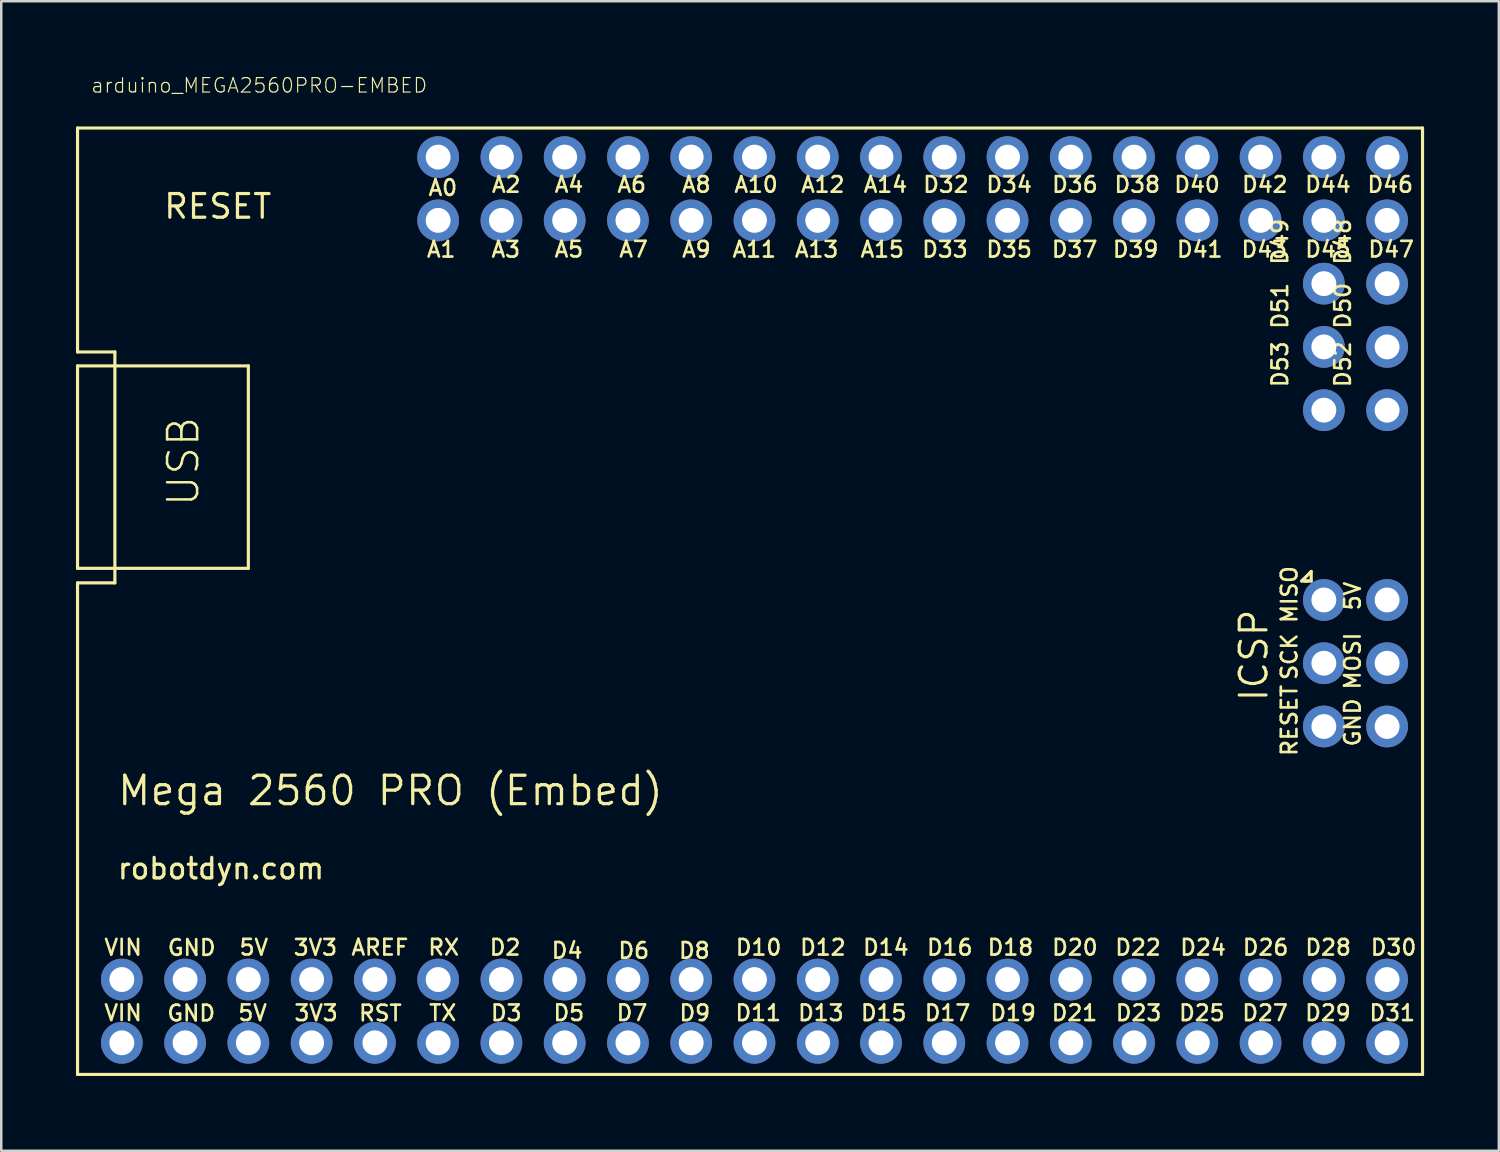
<source format=kicad_pcb>
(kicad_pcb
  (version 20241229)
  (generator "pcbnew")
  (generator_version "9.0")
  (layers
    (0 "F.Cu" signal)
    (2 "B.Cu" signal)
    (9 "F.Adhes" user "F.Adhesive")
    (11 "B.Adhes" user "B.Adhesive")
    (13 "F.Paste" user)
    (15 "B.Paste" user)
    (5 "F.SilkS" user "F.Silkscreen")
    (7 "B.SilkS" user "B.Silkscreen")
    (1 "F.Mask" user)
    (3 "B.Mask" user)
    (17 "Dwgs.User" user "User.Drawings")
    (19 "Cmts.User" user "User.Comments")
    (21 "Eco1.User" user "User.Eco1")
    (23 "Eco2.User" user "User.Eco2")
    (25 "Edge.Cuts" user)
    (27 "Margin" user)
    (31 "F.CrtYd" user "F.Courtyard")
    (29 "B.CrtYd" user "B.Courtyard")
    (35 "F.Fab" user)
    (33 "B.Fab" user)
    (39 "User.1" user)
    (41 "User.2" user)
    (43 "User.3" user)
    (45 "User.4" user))
  (footprint "arduino_MEGA2560PRO-EMBED"
    (layer "F.Cu")
    (at 34.861 19.768)
    (property "Reference" "arduino_MEGA2560PRO-EMBED" (at -34.29 -19.05 0) (layer "F.SilkS") (effects (font (size 0.579 0.579) (thickness 0.046)) (justify left bottom)))
    (attr through_hole)
    (fp_line (start -34.798 -17.678) (end 19.202 -17.678) (stroke (width 0.127) (type solid)) (layer "F.SilkS"))
    (fp_line (start -34.798 -8.687) (end -34.798 -17.678) (stroke (width 0.127) (type solid)) (layer "F.SilkS"))
    (fp_line (start -34.798 -8.687) (end -33.299 -8.687) (stroke (width 0.127) (type solid)) (layer "F.SilkS"))
    (fp_line (start -34.798 -8.128) (end -34.798 0) (stroke (width 0.127) (type solid)) (layer "F.SilkS"))
    (fp_line (start -34.798 0) (end -27.94 0) (stroke (width 0.127) (type solid)) (layer "F.SilkS"))
    (fp_line (start -34.798 0.584) (end -33.299 0.584) (stroke (width 0.127) (type solid)) (layer "F.SilkS"))
    (fp_line (start -34.798 20.32) (end -34.798 0.584) (stroke (width 0.127) (type solid)) (layer "F.SilkS"))
    (fp_line (start -34.798 20.32) (end 19.202 20.32) (stroke (width 0.127) (type solid)) (layer "F.SilkS"))
    (fp_line (start -33.299 0.584) (end -33.299 -8.687) (stroke (width 0.127) (type solid)) (layer "F.SilkS"))
    (fp_line (start -27.94 -8.128) (end -34.798 -8.128) (stroke (width 0.127) (type solid)) (layer "F.SilkS"))
    (fp_line (start -27.94 0) (end -27.94 -8.128) (stroke (width 0.127) (type solid)) (layer "F.SilkS"))
    (fp_line (start -15.519 9.449) (end -15.392 9.449) (stroke (width 0.127) (type solid)) (layer "F.SilkS"))
    (fp_line (start 14.351 0.508) (end 14.732 0.127) (stroke (width 0.127) (type solid)) (layer "F.SilkS"))
    (fp_line (start 14.478 0.508) (end 14.351 0.508) (stroke (width 0.127) (type solid)) (layer "F.SilkS"))
    (fp_line (start 14.605 0.508) (end 14.478 0.508) (stroke (width 0.127) (type solid)) (layer "F.SilkS"))
    (fp_line (start 14.732 0.127) (end 14.732 0.508) (stroke (width 0.127) (type solid)) (layer "F.SilkS"))
    (fp_line (start 14.732 0.508) (end 14.478 0.508) (stroke (width 0.127) (type solid)) (layer "F.SilkS"))
    (fp_line (start 19.202 20.32) (end 19.202 -17.678) (stroke (width 0.127) (type solid)) (layer "F.SilkS"))
    (fp_text user "A12" (at -5.81 -15.039 0) (layer "F.SilkS") (effects (font (size 0.627 0.627) (thickness 0.106)) (justify left bottom)))
    (fp_text user "5V" (at -28.407 18.215 0) (layer "F.SilkS") (effects (font (size 0.627 0.627) (thickness 0.106)) (justify left bottom)))
    (fp_text user "D49" (at 13.846 -12.134 270) (layer "F.SilkS") (effects (font (size 0.627 0.627) (thickness 0.106)) (justify left bottom)))
    (fp_text user "D6" (at -13.148 15.715 0) (layer "F.SilkS") (effects (font (size 0.627 0.627) (thickness 0.106)) (justify left bottom)))
    (fp_text user "D34" (at 1.624 -15.039 0) (layer "F.SilkS") (effects (font (size 0.627 0.627) (thickness 0.106)) (justify left bottom)))
    (fp_text user "MISO" (at 14.221 2.259 90) (layer "F.SilkS") (effects (font (size 0.627 0.627) (thickness 0.106)) (justify left bottom)))
    (fp_text user "VIN" (at -33.783 15.585 0) (layer "F.SilkS") (effects (font (size 0.627 0.627) (thickness 0.106)) (justify left bottom)))
    (fp_text user "A3" (at -18.239 -12.437 0) (layer "F.SilkS") (effects (font (size 0.627 0.627) (thickness 0.106)) (justify left bottom)))
    (fp_text user "D19" (at 1.784 18.218 0) (layer "F.SilkS") (effects (font (size 0.627 0.627) (thickness 0.106)) (justify left bottom)))
    (fp_text user "D25" (at 9.363 18.218 0) (layer "F.SilkS") (effects (font (size 0.627 0.627) (thickness 0.106)) (justify left bottom)))
    (fp_text user "D24" (at 9.41 15.588 0) (layer "F.SilkS") (effects (font (size 0.627 0.627) (thickness 0.106)) (justify left bottom)))
    (fp_text user "D40" (at 9.169 -15.039 0) (layer "F.SilkS") (effects (font (size 0.627 0.627) (thickness 0.106)) (justify left bottom)))
    (fp_text user "A10" (at -8.489 -15.039 0) (layer "F.SilkS") (effects (font (size 0.627 0.627) (thickness 0.106)) (justify left bottom)))
    (fp_text user "3V3" (at -26.156 18.218 0) (layer "F.SilkS") (effects (font (size 0.627 0.627) (thickness 0.106)) (justify left bottom)))
    (fp_text user "D23" (at 6.822 18.218 0) (layer "F.SilkS") (effects (font (size 0.627 0.627) (thickness 0.106)) (justify left bottom)))
    (fp_text user "A6" (at -13.183 -15.039 0) (layer "F.SilkS") (effects (font (size 0.627 0.627) (thickness 0.106)) (justify left bottom)))
    (fp_text user "D15" (at -3.411 18.218 0) (layer "F.SilkS") (effects (font (size 0.627 0.627) (thickness 0.106)) (justify left bottom)))
    (fp_text user "D33" (at -0.951 -12.437 0) (layer "F.SilkS") (effects (font (size 0.627 0.627) (thickness 0.106)) (justify left bottom)))
    (fp_text user "RESET" (at 14.221 7.593 90) (layer "F.SilkS") (effects (font (size 0.627 0.627) (thickness 0.106)) (justify left bottom)))
    (fp_text user "D9" (at -10.697 18.218 0) (layer "F.SilkS") (effects (font (size 0.627 0.627) (thickness 0.106)) (justify left bottom)))
    (fp_text user "D17" (at -0.848 18.218 0) (layer "F.SilkS") (effects (font (size 0.627 0.627) (thickness 0.106)) (justify left bottom)))
    (fp_text user "GND" (at -31.239 15.598 0) (layer "F.SilkS") (effects (font (size 0.627 0.627) (thickness 0.106)) (justify left bottom)))
    (fp_text user "GND" (at -31.259 18.228 0) (layer "F.SilkS") (effects (font (size 0.627 0.627) (thickness 0.106)) (justify left bottom)))
    (fp_text user "A5" (at -15.706 -12.441 0) (layer "F.SilkS") (effects (font (size 0.627 0.627) (thickness 0.106)) (justify left bottom)))
    (fp_text user "A1" (at -20.833 -12.437 0) (layer "F.SilkS") (effects (font (size 0.627 0.627) (thickness 0.106)) (justify left bottom)))
    (fp_text user "D52" (at 16.366 -7.212 270) (layer "F.SilkS") (effects (font (size 0.627 0.627) (thickness 0.106)) (justify left bottom)))
    (fp_text user "Mega 2560 PRO (Embed)" (at -33.26 9.593 0) (layer "F.SilkS") (effects (font (size 1.14 1.14) (thickness 0.132)) (justify left bottom)))
    (fp_text user "D26" (at 11.92 15.588 0) (layer "F.SilkS") (effects (font (size 0.627 0.627) (thickness 0.106)) (justify left bottom)))
    (fp_text user "D45" (at 14.427 -12.441 0) (layer "F.SilkS") (effects (font (size 0.627 0.627) (thickness 0.106)) (justify left bottom)))
    (fp_text user "TX" (at -20.743 18.215 0) (layer "F.SilkS") (effects (font (size 0.627 0.627) (thickness 0.106)) (justify left bottom)))
    (fp_text user "D43" (at 11.868 -12.437 0) (layer "F.SilkS") (effects (font (size 0.627 0.627) (thickness 0.106)) (justify left bottom)))
    (fp_text user "A9" (at -10.587 -12.437 0) (layer "F.SilkS") (effects (font (size 0.627 0.627) (thickness 0.106)) (justify left bottom)))
    (fp_text user "A0" (at -20.766 -14.912 0) (layer "F.SilkS") (effects (font (size 0.627 0.627) (thickness 0.106)) (justify left bottom)))
    (fp_text user "RX" (at -20.78 15.585 0) (layer "F.SilkS") (effects (font (size 0.627 0.627) (thickness 0.106)) (justify left bottom)))
    (fp_text user "D21" (at 4.248 18.218 0) (layer "F.SilkS") (effects (font (size 0.627 0.627) (thickness 0.106)) (justify left bottom)))
    (fp_text user "D20" (at 4.265 15.588 0) (layer "F.SilkS") (effects (font (size 0.627 0.627) (thickness 0.106)) (justify left bottom)))
    (fp_text user "D35" (at 1.625 -12.437 0) (layer "F.SilkS") (effects (font (size 0.627 0.627) (thickness 0.106)) (justify left bottom)))
    (fp_text user "D38" (at 6.768 -15.039 0) (layer "F.SilkS") (effects (font (size 0.627 0.627) (thickness 0.106)) (justify left bottom)))
    (fp_text user "A8" (at -10.59 -15.039 0) (layer "F.SilkS") (effects (font (size 0.627 0.627) (thickness 0.106)) (justify left bottom)))
    (fp_text user "robotdyn.com" (at -33.258 12.536 0) (layer "F.SilkS") (effects (font (size 0.823 0.823) (thickness 0.13)) (justify left bottom)))
    (fp_text user "D51" (at 13.846 -9.557 270) (layer "F.SilkS") (effects (font (size 0.627 0.627) (thickness 0.106)) (justify left bottom)))
    (fp_text user "D4" (at -15.827 15.712 0) (layer "F.SilkS") (effects (font (size 0.627 0.627) (thickness 0.106)) (justify left bottom)))
    (fp_text user "USB" (at -29.845 -2.413 90) (layer "F.SilkS") (effects (font (size 1.206 1.206) (thickness 0.102)) (justify left bottom)))
    (fp_text user "SCK" (at 14.221 4.545 90) (layer "F.SilkS") (effects (font (size 0.627 0.627) (thickness 0.106)) (justify left bottom)))
    (fp_text user "D32" (at -0.911 -15.039 0) (layer "F.SilkS") (effects (font (size 0.627 0.627) (thickness 0.106)) (justify left bottom)))
    (fp_text user "3V3" (at -26.183 15.588 0) (layer "F.SilkS") (effects (font (size 0.627 0.627) (thickness 0.106)) (justify left bottom)))
    (fp_text user "D18" (at 1.677 15.588 0) (layer "F.SilkS") (effects (font (size 0.627 0.627) (thickness 0.106)) (justify left bottom)))
    (fp_text user "D39" (at 6.703 -12.437 0) (layer "F.SilkS") (effects (font (size 0.627 0.627) (thickness 0.106)) (justify left bottom)))
    (fp_text user "D14" (at -3.326 15.588 0) (layer "F.SilkS") (effects (font (size 0.627 0.627) (thickness 0.106)) (justify left bottom)))
    (fp_text user "D27" (at 11.901 18.218 0) (layer "F.SilkS") (effects (font (size 0.627 0.627) (thickness 0.106)) (justify left bottom)))
    (fp_text user "D30" (at 17.059 15.588 0) (layer "F.SilkS") (effects (font (size 0.627 0.627) (thickness 0.106)) (justify left bottom)))
    (fp_text user "D37" (at 4.253 -12.437 0) (layer "F.SilkS") (effects (font (size 0.627 0.627) (thickness 0.106)) (justify left bottom)))
    (fp_text user "D29" (at 14.425 18.218 0) (layer "F.SilkS") (effects (font (size 0.627 0.627) (thickness 0.106)) (justify left bottom)))
    (fp_text user "VIN" (at -33.784 18.215 0) (layer "F.SilkS") (effects (font (size 0.627 0.627) (thickness 0.106)) (justify left bottom)))
    (fp_text user "D5" (at -15.754 18.215 0) (layer "F.SilkS") (effects (font (size 0.627 0.627) (thickness 0.106)) (justify left bottom)))
    (fp_text user "GND" (at 16.761 7.212 90) (layer "F.SilkS") (effects (font (size 0.627 0.627) (thickness 0.106)) (justify left bottom)))
    (fp_text user "D13" (at -5.933 18.218 0) (layer "F.SilkS") (effects (font (size 0.627 0.627) (thickness 0.106)) (justify left bottom)))
    (fp_text user "D44" (at 14.424 -15.042 0) (layer "F.SilkS") (effects (font (size 0.627 0.627) (thickness 0.106)) (justify left bottom)))
    (fp_text user "A4" (at -15.703 -15.042 0) (layer "F.SilkS") (effects (font (size 0.627 0.627) (thickness 0.106)) (justify left bottom)))
    (fp_text user "D3" (at -18.266 18.218 0) (layer "F.SilkS") (effects (font (size 0.627 0.627) (thickness 0.106)) (justify left bottom)))
    (fp_text user "AREF" (at -23.863 15.585 0) (layer "F.SilkS") (effects (font (size 0.627 0.627) (thickness 0.106)) (justify left bottom)))
    (fp_text user "RST" (at -23.562 18.228 0) (layer "F.SilkS") (effects (font (size 0.627 0.627) (thickness 0.106)) (justify left bottom)))
    (fp_text user "D7" (at -13.219 18.215 0) (layer "F.SilkS") (effects (font (size 0.627 0.627) (thickness 0.106)) (justify left bottom)))
    (fp_text user "A11" (at -8.561 -12.437 0) (layer "F.SilkS") (effects (font (size 0.627 0.627) (thickness 0.106)) (justify left bottom)))
    (fp_text user "5V" (at -28.357 15.585 0) (layer "F.SilkS") (effects (font (size 0.627 0.627) (thickness 0.106)) (justify left bottom)))
    (fp_text user "RESET" (at -31.403 -13.975 0) (layer "F.SilkS") (effects (font (size 0.95 0.95) (thickness 0.13)) (justify left bottom)))
    (fp_text user "D8" (at -10.715 15.715 0) (layer "F.SilkS") (effects (font (size 0.627 0.627) (thickness 0.106)) (justify left bottom)))
    (fp_text user "A7" (at -13.11 -12.441 0) (layer "F.SilkS") (effects (font (size 0.627 0.627) (thickness 0.106)) (justify left bottom)))
    (fp_text user "D2" (at -18.314 15.588 0) (layer "F.SilkS") (effects (font (size 0.627 0.627) (thickness 0.106)) (justify left bottom)))
    (fp_text user "D41" (at 9.276 -12.437 0) (layer "F.SilkS") (effects (font (size 0.627 0.627) (thickness 0.106)) (justify left bottom)))
    (fp_text user "D48" (at 16.366 -12.134 270) (layer "F.SilkS") (effects (font (size 0.627 0.627) (thickness 0.106)) (justify left bottom)))
    (fp_text user "A13" (at -6.058 -12.437 0) (layer "F.SilkS") (effects (font (size 0.627 0.627) (thickness 0.106)) (justify left bottom)))
    (fp_text user "D11" (at -8.449 18.218 0) (layer "F.SilkS") (effects (font (size 0.627 0.627) (thickness 0.106)) (justify left bottom)))
    (fp_text user "D12" (at -5.852 15.588 0) (layer "F.SilkS") (effects (font (size 0.627 0.627) (thickness 0.106)) (justify left bottom)))
    (fp_text user "ICSP" (at 13.057 5.424 90) (layer "F.SilkS") (effects (font (size 1.077 1.077) (thickness 0.125)) (justify left bottom)))
    (fp_text user "D31" (at 17.006 18.218 0) (layer "F.SilkS") (effects (font (size 0.627 0.627) (thickness 0.106)) (justify left bottom)))
    (fp_text user "D42" (at 11.89 -15.039 0) (layer "F.SilkS") (effects (font (size 0.627 0.627) (thickness 0.106)) (justify left bottom)))
    (fp_text user "D22" (at 6.8 15.588 0) (layer "F.SilkS") (effects (font (size 0.627 0.627) (thickness 0.106)) (justify left bottom)))
    (fp_text user "D50" (at 16.366 -9.562 270) (layer "F.SilkS") (effects (font (size 0.627 0.627) (thickness 0.106)) (justify left bottom)))
    (fp_text user "D28" (at 14.432 15.588 0) (layer "F.SilkS") (effects (font (size 0.627 0.627) (thickness 0.106)) (justify left bottom)))
    (fp_text user "D36" (at 4.265 -15.039 0) (layer "F.SilkS") (effects (font (size 0.627 0.627) (thickness 0.106)) (justify left bottom)))
    (fp_text user "A2" (at -18.222 -15.039 0) (layer "F.SilkS") (effects (font (size 0.627 0.627) (thickness 0.106)) (justify left bottom)))
    (fp_text user "A15" (at -3.422 -12.437 0) (layer "F.SilkS") (effects (font (size 0.627 0.627) (thickness 0.106)) (justify left bottom)))
    (fp_text user "5V" (at 16.761 1.751 90) (layer "F.SilkS") (effects (font (size 0.627 0.627) (thickness 0.106)) (justify left bottom)))
    (fp_text user "D16" (at -0.758 15.588 0) (layer "F.SilkS") (effects (font (size 0.627 0.627) (thickness 0.106)) (justify left bottom)))
    (fp_text user "A14" (at -3.296 -15.039 0) (layer "F.SilkS") (effects (font (size 0.627 0.627) (thickness 0.106)) (justify left bottom)))
    (fp_text user "MOSI" (at 16.761 4.926 90) (layer "F.SilkS") (effects (font (size 0.627 0.627) (thickness 0.106)) (justify left bottom)))
    (fp_text user "D46" (at 16.925 -15.039 0) (layer "F.SilkS") (effects (font (size 0.627 0.627) (thickness 0.106)) (justify left bottom)))
    (fp_text user "D47" (at 16.962 -12.441 0) (layer "F.SilkS") (effects (font (size 0.627 0.627) (thickness 0.106)) (justify left bottom)))
    (fp_text user "D10" (at -8.435 15.588 0) (layer "F.SilkS") (effects (font (size 0.627 0.627) (thickness 0.106)) (justify left bottom)))
    (fp_text user "D53" (at 13.846 -7.212 270) (layer "F.SilkS") (effects (font (size 0.627 0.627) (thickness 0.106)) (justify left bottom)))
    (pad "3V3@1" thru_hole circle (at -25.4 19.05) (size 1.676 1.676) (drill 1) (layers "*.Cu" "*.Mask"))
    (pad "3V3@2" thru_hole circle (at -25.4 16.51) (size 1.676 1.676) (drill 1) (layers "*.Cu" "*.Mask"))
    (pad "5V@1" thru_hole circle (at -27.94 19.05) (size 1.676 1.676) (drill 1) (layers "*.Cu" "*.Mask"))
    (pad "5V@2" thru_hole circle (at -27.94 16.51) (size 1.676 1.676) (drill 1) (layers "*.Cu" "*.Mask"))
    (pad "5V@3" thru_hole circle (at 17.78 1.27) (size 1.676 1.676) (drill 1) (layers "*.Cu" "*.Mask"))
    (pad "A0" thru_hole circle (at -20.32 -16.51) (size 1.676 1.676) (drill 1) (layers "*.Cu" "*.Mask"))
    (pad "A1" thru_hole circle (at -20.32 -13.97) (size 1.676 1.676) (drill 1) (layers "*.Cu" "*.Mask"))
    (pad "A2" thru_hole circle (at -17.78 -16.51) (size 1.676 1.676) (drill 1) (layers "*.Cu" "*.Mask"))
    (pad "A3" thru_hole circle (at -17.78 -13.97) (size 1.676 1.676) (drill 1) (layers "*.Cu" "*.Mask"))
    (pad "A4" thru_hole circle (at -15.24 -16.51) (size 1.676 1.676) (drill 1) (layers "*.Cu" "*.Mask"))
    (pad "A5" thru_hole circle (at -15.24 -13.97) (size 1.676 1.676) (drill 1) (layers "*.Cu" "*.Mask"))
    (pad "A6" thru_hole circle (at -12.7 -16.51) (size 1.676 1.676) (drill 1) (layers "*.Cu" "*.Mask"))
    (pad "A7" thru_hole circle (at -12.7 -13.97) (size 1.676 1.676) (drill 1) (layers "*.Cu" "*.Mask"))
    (pad "A8" thru_hole circle (at -10.16 -16.51) (size 1.676 1.676) (drill 1) (layers "*.Cu" "*.Mask"))
    (pad "A9" thru_hole circle (at -10.16 -13.97) (size 1.676 1.676) (drill 1) (layers "*.Cu" "*.Mask"))
    (pad "A10" thru_hole circle (at -7.62 -16.51) (size 1.676 1.676) (drill 1) (layers "*.Cu" "*.Mask"))
    (pad "A11" thru_hole circle (at -7.62 -13.97) (size 1.676 1.676) (drill 1) (layers "*.Cu" "*.Mask"))
    (pad "A12" thru_hole circle (at -5.08 -16.51) (size 1.676 1.676) (drill 1) (layers "*.Cu" "*.Mask"))
    (pad "A13" thru_hole circle (at -5.08 -13.97) (size 1.676 1.676) (drill 1) (layers "*.Cu" "*.Mask"))
    (pad "A14" thru_hole circle (at -2.54 -16.51) (size 1.676 1.676) (drill 1) (layers "*.Cu" "*.Mask"))
    (pad "A15" thru_hole circle (at -2.54 -13.97) (size 1.676 1.676) (drill 1) (layers "*.Cu" "*.Mask"))
    (pad "AREF" thru_hole circle (at -22.86 16.51) (size 1.676 1.676) (drill 1) (layers "*.Cu" "*.Mask"))
    (pad "D2" thru_hole circle (at -17.78 16.51) (size 1.676 1.676) (drill 1) (layers "*.Cu" "*.Mask"))
    (pad "D3" thru_hole circle (at -17.78 19.05) (size 1.676 1.676) (drill 1) (layers "*.Cu" "*.Mask"))
    (pad "D4" thru_hole circle (at -15.24 16.51) (size 1.676 1.676) (drill 1) (layers "*.Cu" "*.Mask"))
    (pad "D5" thru_hole circle (at -15.24 19.05) (size 1.676 1.676) (drill 1) (layers "*.Cu" "*.Mask"))
    (pad "D6" thru_hole circle (at -12.7 16.51) (size 1.676 1.676) (drill 1) (layers "*.Cu" "*.Mask"))
    (pad "D7" thru_hole circle (at -12.7 19.05) (size 1.676 1.676) (drill 1) (layers "*.Cu" "*.Mask"))
    (pad "D8" thru_hole circle (at -10.16 16.51) (size 1.676 1.676) (drill 1) (layers "*.Cu" "*.Mask"))
    (pad "D9" thru_hole circle (at -10.16 19.05) (size 1.676 1.676) (drill 1) (layers "*.Cu" "*.Mask"))
    (pad "D10" thru_hole circle (at -7.62 16.51) (size 1.676 1.676) (drill 1) (layers "*.Cu" "*.Mask"))
    (pad "D11" thru_hole circle (at -7.62 19.05) (size 1.676 1.676) (drill 1) (layers "*.Cu" "*.Mask"))
    (pad "D12" thru_hole circle (at -5.08 16.51) (size 1.676 1.676) (drill 1) (layers "*.Cu" "*.Mask"))
    (pad "D13" thru_hole circle (at -5.08 19.05) (size 1.676 1.676) (drill 1) (layers "*.Cu" "*.Mask"))
    (pad "D14" thru_hole circle (at -2.54 16.51) (size 1.676 1.676) (drill 1) (layers "*.Cu" "*.Mask"))
    (pad "D15" thru_hole circle (at -2.54 19.05) (size 1.676 1.676) (drill 1) (layers "*.Cu" "*.Mask"))
    (pad "D16" thru_hole circle (at 0 16.51) (size 1.676 1.676) (drill 1) (layers "*.Cu" "*.Mask"))
    (pad "D17" thru_hole circle (at 0 19.05) (size 1.676 1.676) (drill 1) (layers "*.Cu" "*.Mask"))
    (pad "D18" thru_hole circle (at 2.54 16.51) (size 1.676 1.676) (drill 1) (layers "*.Cu" "*.Mask"))
    (pad "D19" thru_hole circle (at 2.54 19.05) (size 1.676 1.676) (drill 1) (layers "*.Cu" "*.Mask"))
    (pad "D20" thru_hole circle (at 5.08 16.51) (size 1.676 1.676) (drill 1) (layers "*.Cu" "*.Mask"))
    (pad "D21" thru_hole circle (at 5.08 19.05) (size 1.676 1.676) (drill 1) (layers "*.Cu" "*.Mask"))
    (pad "D22" thru_hole circle (at 7.62 16.51) (size 1.676 1.676) (drill 1) (layers "*.Cu" "*.Mask"))
    (pad "D23" thru_hole circle (at 7.62 19.05) (size 1.676 1.676) (drill 1) (layers "*.Cu" "*.Mask"))
    (pad "D24" thru_hole circle (at 10.16 16.51) (size 1.676 1.676) (drill 1) (layers "*.Cu" "*.Mask"))
    (pad "D25" thru_hole circle (at 10.16 19.05) (size 1.676 1.676) (drill 1) (layers "*.Cu" "*.Mask"))
    (pad "D26" thru_hole circle (at 12.7 16.51) (size 1.676 1.676) (drill 1) (layers "*.Cu" "*.Mask"))
    (pad "D27" thru_hole circle (at 12.7 19.05) (size 1.676 1.676) (drill 1) (layers "*.Cu" "*.Mask"))
    (pad "D28" thru_hole circle (at 15.24 16.51) (size 1.676 1.676) (drill 1) (layers "*.Cu" "*.Mask"))
    (pad "D29" thru_hole circle (at 15.24 19.05) (size 1.676 1.676) (drill 1) (layers "*.Cu" "*.Mask"))
    (pad "D30" thru_hole circle (at 17.78 16.51) (size 1.676 1.676) (drill 1) (layers "*.Cu" "*.Mask"))
    (pad "D31" thru_hole circle (at 17.78 19.05) (size 1.676 1.676) (drill 1) (layers "*.Cu" "*.Mask"))
    (pad "D32" thru_hole circle (at 0 -16.51) (size 1.676 1.676) (drill 1) (layers "*.Cu" "*.Mask"))
    (pad "D33" thru_hole circle (at 0 -13.97) (size 1.676 1.676) (drill 1) (layers "*.Cu" "*.Mask"))
    (pad "D34" thru_hole circle (at 2.54 -16.51) (size 1.676 1.676) (drill 1) (layers "*.Cu" "*.Mask"))
    (pad "D35" thru_hole circle (at 2.54 -13.97) (size 1.676 1.676) (drill 1) (layers "*.Cu" "*.Mask"))
    (pad "D36" thru_hole circle (at 5.08 -16.51) (size 1.676 1.676) (drill 1) (layers "*.Cu" "*.Mask"))
    (pad "D37" thru_hole circle (at 5.08 -13.97) (size 1.676 1.676) (drill 1) (layers "*.Cu" "*.Mask"))
    (pad "D38" thru_hole circle (at 7.62 -16.51) (size 1.676 1.676) (drill 1) (layers "*.Cu" "*.Mask"))
    (pad "D39" thru_hole circle (at 7.62 -13.97) (size 1.676 1.676) (drill 1) (layers "*.Cu" "*.Mask"))
    (pad "D40" thru_hole circle (at 10.16 -16.51) (size 1.676 1.676) (drill 1) (layers "*.Cu" "*.Mask"))
    (pad "D41" thru_hole circle (at 10.16 -13.97) (size 1.676 1.676) (drill 1) (layers "*.Cu" "*.Mask"))
    (pad "D42" thru_hole circle (at 12.7 -16.51) (size 1.676 1.676) (drill 1) (layers "*.Cu" "*.Mask"))
    (pad "D43" thru_hole circle (at 12.7 -13.97) (size 1.676 1.676) (drill 1) (layers "*.Cu" "*.Mask"))
    (pad "D44" thru_hole circle (at 15.24 -16.51) (size 1.676 1.676) (drill 1) (layers "*.Cu" "*.Mask"))
    (pad "D45" thru_hole circle (at 15.24 -13.97) (size 1.676 1.676) (drill 1) (layers "*.Cu" "*.Mask"))
    (pad "D46" thru_hole circle (at 17.78 -16.51) (size 1.676 1.676) (drill 1) (layers "*.Cu" "*.Mask"))
    (pad "D47" thru_hole circle (at 17.78 -13.97) (size 1.676 1.676) (drill 1) (layers "*.Cu" "*.Mask"))
    (pad "D48" thru_hole circle (at 17.78 -11.43) (size 1.676 1.676) (drill 1) (layers "*.Cu" "*.Mask"))
    (pad "D49" thru_hole circle (at 15.24 -11.43) (size 1.676 1.676) (drill 1) (layers "*.Cu" "*.Mask"))
    (pad "D50" thru_hole circle (at 17.78 -8.89) (size 1.676 1.676) (drill 1) (layers "*.Cu" "*.Mask"))
    (pad "D51" thru_hole circle (at 15.24 -8.89) (size 1.676 1.676) (drill 1) (layers "*.Cu" "*.Mask"))
    (pad "D52" thru_hole circle (at 17.78 -6.35) (size 1.676 1.676) (drill 1) (layers "*.Cu" "*.Mask"))
    (pad "D53" thru_hole circle (at 15.24 -6.35) (size 1.676 1.676) (drill 1) (layers "*.Cu" "*.Mask"))
    (pad "GND@1" thru_hole circle (at -30.48 19.05) (size 1.676 1.676) (drill 1) (layers "*.Cu" "*.Mask"))
    (pad "GND@2" thru_hole circle (at -30.48 16.51) (size 1.676 1.676) (drill 1) (layers "*.Cu" "*.Mask"))
    (pad "GND@3" thru_hole circle (at 17.78 6.35) (size 1.676 1.676) (drill 1) (layers "*.Cu" "*.Mask"))
    (pad "MISO" thru_hole circle (at 15.24 1.27) (size 1.676 1.676) (drill 1) (layers "*.Cu" "*.Mask"))
    (pad "MOSI" thru_hole circle (at 17.78 3.81) (size 1.676 1.676) (drill 1) (layers "*.Cu" "*.Mask"))
    (pad "RESET" thru_hole circle (at 15.24 6.35) (size 1.676 1.676) (drill 1) (layers "*.Cu" "*.Mask"))
    (pad "RST" thru_hole circle (at -22.86 19.05) (size 1.676 1.676) (drill 1) (layers "*.Cu" "*.Mask"))
    (pad "RX" thru_hole circle (at -20.32 16.51) (size 1.676 1.676) (drill 1) (layers "*.Cu" "*.Mask"))
    (pad "SCK" thru_hole circle (at 15.24 3.81) (size 1.676 1.676) (drill 1) (layers "*.Cu" "*.Mask"))
    (pad "TX" thru_hole circle (at -20.32 19.05) (size 1.676 1.676) (drill 1) (layers "*.Cu" "*.Mask"))
    (pad "VIN@1" thru_hole circle (at -33.02 19.05) (size 1.676 1.676) (drill 1) (layers "*.Cu" "*.Mask"))
    (pad "VIN@2" thru_hole circle (at -33.02 16.51) (size 1.676 1.676) (drill 1) (layers "*.Cu" "*.Mask")))
  (gr_rect
    (start -3 -3)
    (end 57.127 43.152)
    (stroke (width 0.1) (type default))
    (fill no)
    (layer "Edge.Cuts")))
</source>
